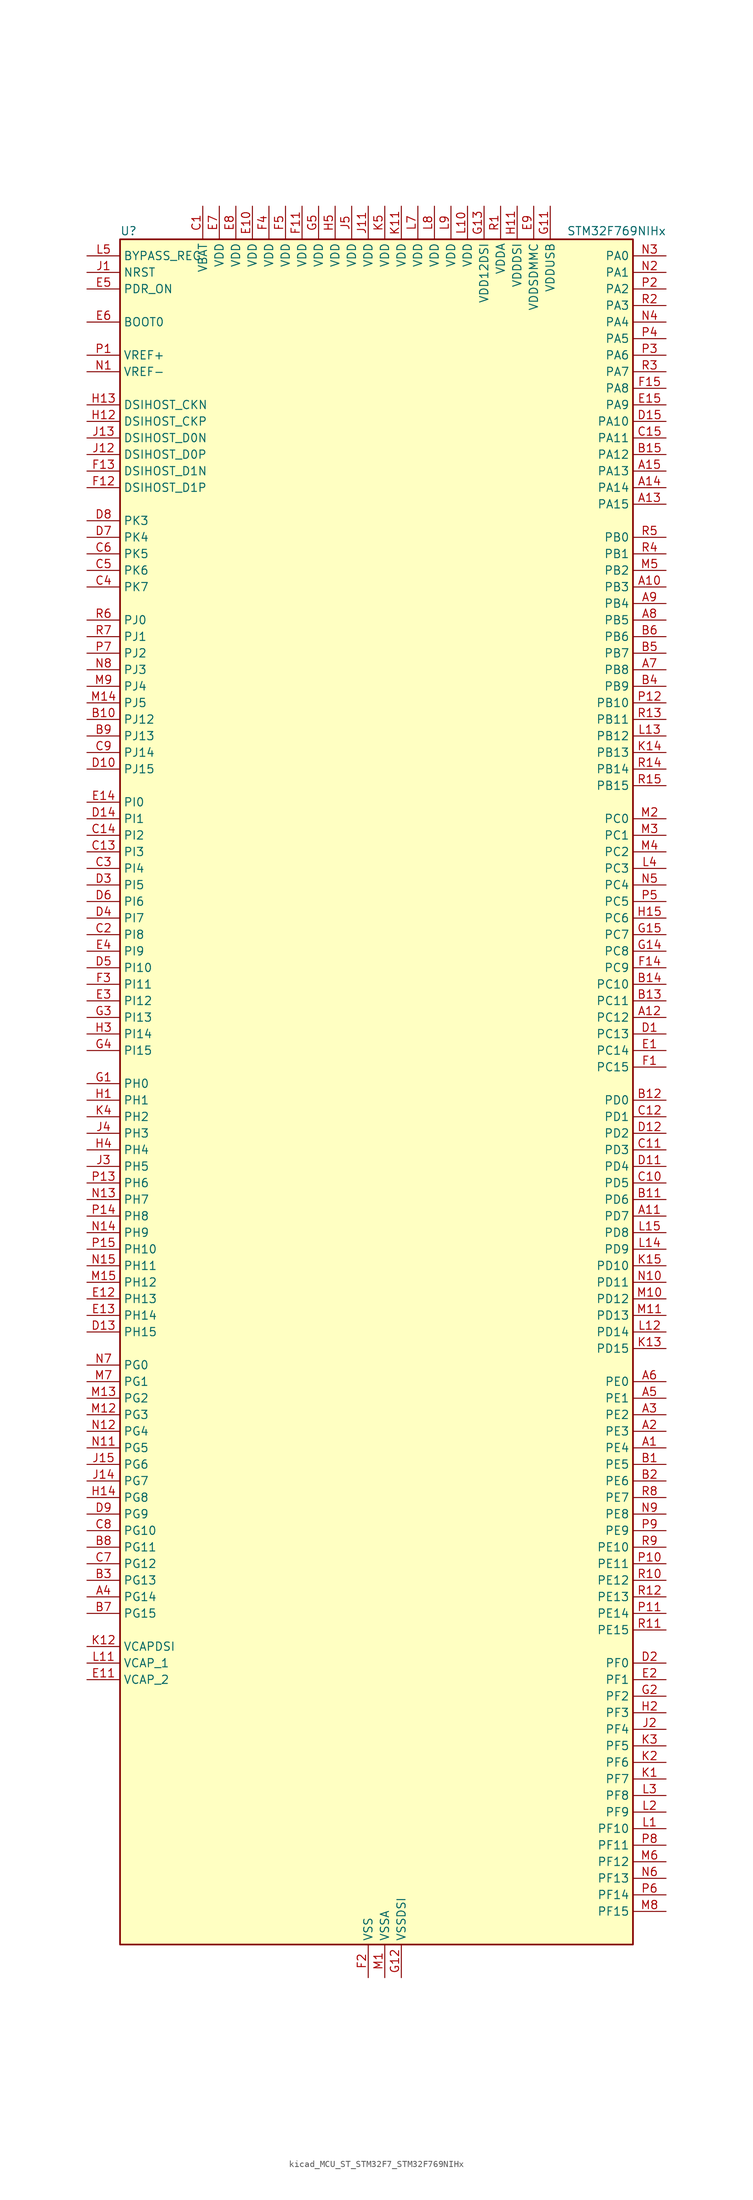
<source format=kicad_sym>
(kicad_symbol_lib
  (version 20220914)
  (generator kicad_symbol_editor)
  (symbol "kicad_MCU_ST_STM32F7_STM32F769NIHx"
    (property "Reference" "U"
      (at -38.1 133.35 0)
      (effects (font (size 1.27 1.27)) (justify left)))
    (property "Value" "STM32F769NIHx"
      (at 30.48 133.35 0)
      (effects (font (size 1.27 1.27)) (justify left)))
    (property "ki_locked" ""
      (at 0 0 0)
      (effects (font (size 1.27 1.27))))
    (symbol "kicad_MCU_ST_STM32F7_STM32F769NIHx_0_1"
      (rectangle (start -38.1 -129.54) (end 40.64 132.08) (stroke (width 0.254) (type default)) (fill (type background))))
    (symbol "kicad_MCU_ST_STM32F7_STM32F769NIHx_1_1"
      (pin bidirectional line (at 45.72 -53.34 180) (length 5.08) (name "PE4" (effects (font (size 1.27 1.27)))) (number "A1" (effects (font (size 1.27 1.27)))) (alternate "DCMI_D4" bidirectional line) (alternate "DFSDM1_DATIN3" bidirectional line) (alternate "FMC_A20" bidirectional line) (alternate "LTDC_B0" bidirectional line) (alternate "SAI1_FS_A" bidirectional line) (alternate "SPI4_NSS" bidirectional line) (alternate "SYS_TRACED1" bidirectional line))
      (pin bidirectional line (at 45.72 78.74 180) (length 5.08) (name "PB3" (effects (font (size 1.27 1.27)))) (number "A10" (effects (font (size 1.27 1.27)))) (alternate "CAN3_RX" bidirectional line) (alternate "I2S1_CK" bidirectional line) (alternate "I2S3_CK" bidirectional line) (alternate "SDMMC2_D2" bidirectional line) (alternate "SPI1_SCK" bidirectional line) (alternate "SPI3_SCK" bidirectional line) (alternate "SPI6_SCK" bidirectional line) (alternate "SYS_JTDO-SWO" bidirectional line) (alternate "TIM2_CH2" bidirectional line) (alternate "UART7_RX" bidirectional line))
      (pin bidirectional line (at 45.72 -17.78 180) (length 5.08) (name "PD7" (effects (font (size 1.27 1.27)))) (number "A11" (effects (font (size 1.27 1.27)))) (alternate "DFSDM1_CKIN1" bidirectional line) (alternate "DFSDM1_DATIN4" bidirectional line) (alternate "FMC_NE1" bidirectional line) (alternate "I2S1_SD" bidirectional line) (alternate "SDMMC2_CMD" bidirectional line) (alternate "SPDIFRX_IN0" bidirectional line) (alternate "SPI1_MOSI" bidirectional line) (alternate "USART2_CK" bidirectional line))
      (pin bidirectional line (at 45.72 12.7 180) (length 5.08) (name "PC12" (effects (font (size 1.27 1.27)))) (number "A12" (effects (font (size 1.27 1.27)))) (alternate "DCMI_D9" bidirectional line) (alternate "I2S3_SD" bidirectional line) (alternate "SDMMC1_CK" bidirectional line) (alternate "SPI3_MOSI" bidirectional line) (alternate "SYS_TRACED3" bidirectional line) (alternate "UART5_TX" bidirectional line) (alternate "USART3_CK" bidirectional line))
      (pin bidirectional line (at 45.72 91.44 180) (length 5.08) (name "PA15" (effects (font (size 1.27 1.27)))) (number "A13" (effects (font (size 1.27 1.27)))) (alternate "CAN3_TX" bidirectional line) (alternate "CEC" bidirectional line) (alternate "I2S1_WS" bidirectional line) (alternate "I2S3_WS" bidirectional line) (alternate "SPI1_NSS" bidirectional line) (alternate "SPI3_NSS" bidirectional line) (alternate "SPI6_NSS" bidirectional line) (alternate "SYS_JTDI" bidirectional line) (alternate "TIM2_CH1" bidirectional line) (alternate "TIM2_ETR" bidirectional line) (alternate "UART4_DE" bidirectional line) (alternate "UART4_RTS" bidirectional line) (alternate "UART7_TX" bidirectional line))
      (pin bidirectional line (at 45.72 93.98 180) (length 5.08) (name "PA14" (effects (font (size 1.27 1.27)))) (number "A14" (effects (font (size 1.27 1.27)))) (alternate "SYS_JTCK-SWCLK" bidirectional line))
      (pin bidirectional line (at 45.72 96.52 180) (length 5.08) (name "PA13" (effects (font (size 1.27 1.27)))) (number "A15" (effects (font (size 1.27 1.27)))) (alternate "SYS_JTMS-SWDIO" bidirectional line))
      (pin bidirectional line (at 45.72 -50.8 180) (length 5.08) (name "PE3" (effects (font (size 1.27 1.27)))) (number "A2" (effects (font (size 1.27 1.27)))) (alternate "FMC_A19" bidirectional line) (alternate "SAI1_SD_B" bidirectional line) (alternate "SYS_TRACED0" bidirectional line))
      (pin bidirectional line (at 45.72 -48.26 180) (length 5.08) (name "PE2" (effects (font (size 1.27 1.27)))) (number "A3" (effects (font (size 1.27 1.27)))) (alternate "ETH_TXD3" bidirectional line) (alternate "FMC_A23" bidirectional line) (alternate "QUADSPI_BK1_IO2" bidirectional line) (alternate "SAI1_MCLK_A" bidirectional line) (alternate "SPI4_SCK" bidirectional line) (alternate "SYS_TRACECLK" bidirectional line))
      (pin bidirectional line (at -43.18 -76.2 0) (length 5.08) (name "PG14" (effects (font (size 1.27 1.27)))) (number "A4" (effects (font (size 1.27 1.27)))) (alternate "ETH_TXD1" bidirectional line) (alternate "FMC_A25" bidirectional line) (alternate "LPTIM1_ETR" bidirectional line) (alternate "LTDC_B0" bidirectional line) (alternate "QUADSPI_BK2_IO3" bidirectional line) (alternate "SPI6_MOSI" bidirectional line) (alternate "SYS_TRACED1" bidirectional line) (alternate "USART6_TX" bidirectional line))
      (pin bidirectional line (at 45.72 -45.72 180) (length 5.08) (name "PE1" (effects (font (size 1.27 1.27)))) (number "A5" (effects (font (size 1.27 1.27)))) (alternate "DCMI_D3" bidirectional line) (alternate "FMC_NBL1" bidirectional line) (alternate "LPTIM1_IN2" bidirectional line) (alternate "UART8_TX" bidirectional line))
      (pin bidirectional line (at 45.72 -43.18 180) (length 5.08) (name "PE0" (effects (font (size 1.27 1.27)))) (number "A6" (effects (font (size 1.27 1.27)))) (alternate "DCMI_D2" bidirectional line) (alternate "FMC_NBL0" bidirectional line) (alternate "LPTIM1_ETR" bidirectional line) (alternate "SAI2_MCLK_A" bidirectional line) (alternate "TIM4_ETR" bidirectional line) (alternate "UART8_RX" bidirectional line))
      (pin bidirectional line (at 45.72 66.04 180) (length 5.08) (name "PB8" (effects (font (size 1.27 1.27)))) (number "A7" (effects (font (size 1.27 1.27)))) (alternate "CAN1_RX" bidirectional line) (alternate "DCMI_D6" bidirectional line) (alternate "DFSDM1_CKIN7" bidirectional line) (alternate "ETH_TXD3" bidirectional line) (alternate "I2C1_SCL" bidirectional line) (alternate "I2C4_SCL" bidirectional line) (alternate "LTDC_B6" bidirectional line) (alternate "SDMMC1_D4" bidirectional line) (alternate "SDMMC2_D4" bidirectional line) (alternate "TIM10_CH1" bidirectional line) (alternate "TIM4_CH3" bidirectional line) (alternate "UART5_RX" bidirectional line))
      (pin bidirectional line (at 45.72 73.66 180) (length 5.08) (name "PB5" (effects (font (size 1.27 1.27)))) (number "A8" (effects (font (size 1.27 1.27)))) (alternate "CAN2_RX" bidirectional line) (alternate "DCMI_D10" bidirectional line) (alternate "ETH_PPS_OUT" bidirectional line) (alternate "FMC_SDCKE1" bidirectional line) (alternate "I2C1_SMBA" bidirectional line) (alternate "I2S1_SD" bidirectional line) (alternate "I2S3_SD" bidirectional line) (alternate "LTDC_G7" bidirectional line) (alternate "SPI1_MOSI" bidirectional line) (alternate "SPI3_MOSI" bidirectional line) (alternate "SPI6_MOSI" bidirectional line) (alternate "TIM3_CH2" bidirectional line) (alternate "UART5_RX" bidirectional line) (alternate "USB_OTG_HS_ULPI_D7" bidirectional line))
      (pin bidirectional line (at 45.72 76.2 180) (length 5.08) (name "PB4" (effects (font (size 1.27 1.27)))) (number "A9" (effects (font (size 1.27 1.27)))) (alternate "CAN3_TX" bidirectional line) (alternate "I2S2_WS" bidirectional line) (alternate "SDMMC2_D3" bidirectional line) (alternate "SPI1_MISO" bidirectional line) (alternate "SPI2_NSS" bidirectional line) (alternate "SPI3_MISO" bidirectional line) (alternate "SPI6_MISO" bidirectional line) (alternate "SYS_JTRST" bidirectional line) (alternate "TIM3_CH1" bidirectional line) (alternate "UART7_TX" bidirectional line))
      (pin bidirectional line (at 45.72 -55.88 180) (length 5.08) (name "PE5" (effects (font (size 1.27 1.27)))) (number "B1" (effects (font (size 1.27 1.27)))) (alternate "DCMI_D6" bidirectional line) (alternate "DFSDM1_CKIN3" bidirectional line) (alternate "FMC_A21" bidirectional line) (alternate "LTDC_G0" bidirectional line) (alternate "SAI1_SCK_A" bidirectional line) (alternate "SPI4_MISO" bidirectional line) (alternate "SYS_TRACED2" bidirectional line) (alternate "TIM9_CH1" bidirectional line))
      (pin bidirectional line (at -43.18 58.42 0) (length 5.08) (name "PJ12" (effects (font (size 1.27 1.27)))) (number "B10" (effects (font (size 1.27 1.27)))) (alternate "LTDC_B0" bidirectional line) (alternate "LTDC_G3" bidirectional line))
      (pin bidirectional line (at 45.72 -15.24 180) (length 5.08) (name "PD6" (effects (font (size 1.27 1.27)))) (number "B11" (effects (font (size 1.27 1.27)))) (alternate "DCMI_D10" bidirectional line) (alternate "DFSDM1_CKIN4" bidirectional line) (alternate "DFSDM1_DATIN1" bidirectional line) (alternate "FMC_NWAIT" bidirectional line) (alternate "I2S3_SD" bidirectional line) (alternate "LTDC_B2" bidirectional line) (alternate "SAI1_SD_A" bidirectional line) (alternate "SDMMC2_CK" bidirectional line) (alternate "SPI3_MOSI" bidirectional line) (alternate "USART2_RX" bidirectional line))
      (pin bidirectional line (at 45.72 0 180) (length 5.08) (name "PD0" (effects (font (size 1.27 1.27)))) (number "B12" (effects (font (size 1.27 1.27)))) (alternate "CAN1_RX" bidirectional line) (alternate "DFSDM1_CKIN6" bidirectional line) (alternate "DFSDM1_DATIN7" bidirectional line) (alternate "FMC_D2" bidirectional line) (alternate "FMC_DA2" bidirectional line) (alternate "UART4_RX" bidirectional line))
      (pin bidirectional line (at 45.72 15.24 180) (length 5.08) (name "PC11" (effects (font (size 1.27 1.27)))) (number "B13" (effects (font (size 1.27 1.27)))) (alternate "ADC1_EXTI11" bidirectional line) (alternate "ADC2_EXTI11" bidirectional line) (alternate "ADC3_EXTI11" bidirectional line) (alternate "DCMI_D4" bidirectional line) (alternate "DFSDM1_DATIN5" bidirectional line) (alternate "QUADSPI_BK2_NCS" bidirectional line) (alternate "SDMMC1_D3" bidirectional line) (alternate "SPI3_MISO" bidirectional line) (alternate "UART4_RX" bidirectional line) (alternate "USART3_RX" bidirectional line))
      (pin bidirectional line (at 45.72 17.78 180) (length 5.08) (name "PC10" (effects (font (size 1.27 1.27)))) (number "B14" (effects (font (size 1.27 1.27)))) (alternate "DCMI_D8" bidirectional line) (alternate "DFSDM1_CKIN5" bidirectional line) (alternate "I2S3_CK" bidirectional line) (alternate "LTDC_R2" bidirectional line) (alternate "QUADSPI_BK1_IO1" bidirectional line) (alternate "SDMMC1_D2" bidirectional line) (alternate "SPI3_SCK" bidirectional line) (alternate "UART4_TX" bidirectional line) (alternate "USART3_TX" bidirectional line))
      (pin bidirectional line (at 45.72 99.06 180) (length 5.08) (name "PA12" (effects (font (size 1.27 1.27)))) (number "B15" (effects (font (size 1.27 1.27)))) (alternate "CAN1_TX" bidirectional line) (alternate "I2S2_CK" bidirectional line) (alternate "LTDC_R5" bidirectional line) (alternate "SAI2_FS_B" bidirectional line) (alternate "SPI2_SCK" bidirectional line) (alternate "TIM1_ETR" bidirectional line) (alternate "UART4_TX" bidirectional line) (alternate "USART1_DE" bidirectional line) (alternate "USART1_RTS" bidirectional line) (alternate "USB_OTG_FS_DP" bidirectional line))
      (pin bidirectional line (at 45.72 -58.42 180) (length 5.08) (name "PE6" (effects (font (size 1.27 1.27)))) (number "B2" (effects (font (size 1.27 1.27)))) (alternate "DCMI_D7" bidirectional line) (alternate "FMC_A22" bidirectional line) (alternate "LTDC_G1" bidirectional line) (alternate "SAI1_SD_A" bidirectional line) (alternate "SAI2_MCLK_B" bidirectional line) (alternate "SPI4_MOSI" bidirectional line) (alternate "SYS_TRACED3" bidirectional line) (alternate "TIM1_BKIN2" bidirectional line) (alternate "TIM9_CH2" bidirectional line))
      (pin bidirectional line (at -43.18 -73.66 0) (length 5.08) (name "PG13" (effects (font (size 1.27 1.27)))) (number "B3" (effects (font (size 1.27 1.27)))) (alternate "ETH_TXD0" bidirectional line) (alternate "FMC_A24" bidirectional line) (alternate "LPTIM1_OUT" bidirectional line) (alternate "LTDC_R0" bidirectional line) (alternate "SPI6_SCK" bidirectional line) (alternate "SYS_TRACED0" bidirectional line) (alternate "USART6_CTS" bidirectional line))
      (pin bidirectional line (at 45.72 63.5 180) (length 5.08) (name "PB9" (effects (font (size 1.27 1.27)))) (number "B4" (effects (font (size 1.27 1.27)))) (alternate "CAN1_TX" bidirectional line) (alternate "DAC_EXTI9" bidirectional line) (alternate "DCMI_D7" bidirectional line) (alternate "DFSDM1_DATIN7" bidirectional line) (alternate "I2C1_SDA" bidirectional line) (alternate "I2C4_SDA" bidirectional line) (alternate "I2C4_SMBA" bidirectional line) (alternate "I2S2_WS" bidirectional line) (alternate "LTDC_B7" bidirectional line) (alternate "SDMMC1_D5" bidirectional line) (alternate "SDMMC2_D5" bidirectional line) (alternate "SPI2_NSS" bidirectional line) (alternate "TIM11_CH1" bidirectional line) (alternate "TIM4_CH4" bidirectional line) (alternate "UART5_TX" bidirectional line))
      (pin bidirectional line (at 45.72 68.58 180) (length 5.08) (name "PB7" (effects (font (size 1.27 1.27)))) (number "B5" (effects (font (size 1.27 1.27)))) (alternate "DCMI_VSYNC" bidirectional line) (alternate "DFSDM1_CKIN5" bidirectional line) (alternate "FMC_NL" bidirectional line) (alternate "I2C1_SDA" bidirectional line) (alternate "I2C4_SDA" bidirectional line) (alternate "TIM4_CH2" bidirectional line) (alternate "USART1_RX" bidirectional line))
      (pin bidirectional line (at 45.72 71.12 180) (length 5.08) (name "PB6" (effects (font (size 1.27 1.27)))) (number "B6" (effects (font (size 1.27 1.27)))) (alternate "CAN2_TX" bidirectional line) (alternate "CEC" bidirectional line) (alternate "DCMI_D5" bidirectional line) (alternate "DFSDM1_DATIN5" bidirectional line) (alternate "FMC_SDNE1" bidirectional line) (alternate "I2C1_SCL" bidirectional line) (alternate "I2C4_SCL" bidirectional line) (alternate "QUADSPI_BK1_NCS" bidirectional line) (alternate "TIM4_CH1" bidirectional line) (alternate "UART5_TX" bidirectional line) (alternate "USART1_TX" bidirectional line))
      (pin bidirectional line (at -43.18 -78.74 0) (length 5.08) (name "PG15" (effects (font (size 1.27 1.27)))) (number "B7" (effects (font (size 1.27 1.27)))) (alternate "DCMI_D13" bidirectional line) (alternate "FMC_SDNCAS" bidirectional line) (alternate "USART6_CTS" bidirectional line))
      (pin bidirectional line (at -43.18 -68.58 0) (length 5.08) (name "PG11" (effects (font (size 1.27 1.27)))) (number "B8" (effects (font (size 1.27 1.27)))) (alternate "ADC1_EXTI11" bidirectional line) (alternate "ADC2_EXTI11" bidirectional line) (alternate "ADC3_EXTI11" bidirectional line) (alternate "DCMI_D3" bidirectional line) (alternate "ETH_TX_EN" bidirectional line) (alternate "I2S1_CK" bidirectional line) (alternate "LTDC_B3" bidirectional line) (alternate "SDMMC2_D2" bidirectional line) (alternate "SPDIFRX_IN0" bidirectional line) (alternate "SPI1_SCK" bidirectional line))
      (pin bidirectional line (at -43.18 55.88 0) (length 5.08) (name "PJ13" (effects (font (size 1.27 1.27)))) (number "B9" (effects (font (size 1.27 1.27)))) (alternate "LTDC_B1" bidirectional line) (alternate "LTDC_G4" bidirectional line))
      (pin power_in line (at -25.4 137.16 270) (length 5.08) (name "VBAT" (effects (font (size 1.27 1.27)))) (number "C1" (effects (font (size 1.27 1.27)))))
      (pin bidirectional line (at 45.72 -12.7 180) (length 5.08) (name "PD5" (effects (font (size 1.27 1.27)))) (number "C10" (effects (font (size 1.27 1.27)))) (alternate "FMC_NWE" bidirectional line) (alternate "USART2_TX" bidirectional line))
      (pin bidirectional line (at 45.72 -7.62 180) (length 5.08) (name "PD3" (effects (font (size 1.27 1.27)))) (number "C11" (effects (font (size 1.27 1.27)))) (alternate "DCMI_D5" bidirectional line) (alternate "DFSDM1_CKOUT" bidirectional line) (alternate "DFSDM1_DATIN0" bidirectional line) (alternate "FMC_CLK" bidirectional line) (alternate "I2S2_CK" bidirectional line) (alternate "LTDC_G7" bidirectional line) (alternate "SPI2_SCK" bidirectional line) (alternate "USART2_CTS" bidirectional line))
      (pin bidirectional line (at 45.72 -2.54 180) (length 5.08) (name "PD1" (effects (font (size 1.27 1.27)))) (number "C12" (effects (font (size 1.27 1.27)))) (alternate "CAN1_TX" bidirectional line) (alternate "DFSDM1_CKIN7" bidirectional line) (alternate "DFSDM1_DATIN6" bidirectional line) (alternate "FMC_D3" bidirectional line) (alternate "FMC_DA3" bidirectional line) (alternate "UART4_TX" bidirectional line))
      (pin bidirectional line (at -43.18 38.1 0) (length 5.08) (name "PI3" (effects (font (size 1.27 1.27)))) (number "C13" (effects (font (size 1.27 1.27)))) (alternate "DCMI_D10" bidirectional line) (alternate "FMC_D27" bidirectional line) (alternate "I2S2_SD" bidirectional line) (alternate "SPI2_MOSI" bidirectional line) (alternate "TIM8_ETR" bidirectional line))
      (pin bidirectional line (at -43.18 40.64 0) (length 5.08) (name "PI2" (effects (font (size 1.27 1.27)))) (number "C14" (effects (font (size 1.27 1.27)))) (alternate "DCMI_D9" bidirectional line) (alternate "FMC_D26" bidirectional line) (alternate "LTDC_G7" bidirectional line) (alternate "SPI2_MISO" bidirectional line) (alternate "TIM8_CH4" bidirectional line))
      (pin bidirectional line (at 45.72 101.6 180) (length 5.08) (name "PA11" (effects (font (size 1.27 1.27)))) (number "C15" (effects (font (size 1.27 1.27)))) (alternate "ADC1_EXTI11" bidirectional line) (alternate "ADC2_EXTI11" bidirectional line) (alternate "ADC3_EXTI11" bidirectional line) (alternate "CAN1_RX" bidirectional line) (alternate "I2S2_WS" bidirectional line) (alternate "LTDC_R4" bidirectional line) (alternate "SPI2_NSS" bidirectional line) (alternate "TIM1_CH4" bidirectional line) (alternate "UART4_RX" bidirectional line) (alternate "USART1_CTS" bidirectional line) (alternate "USB_OTG_FS_DM" bidirectional line))
      (pin bidirectional line (at -43.18 25.4 0) (length 5.08) (name "PI8" (effects (font (size 1.27 1.27)))) (number "C2" (effects (font (size 1.27 1.27)))) (alternate "RTC_TAMP2" bidirectional line) (alternate "RTC_TS" bidirectional line) (alternate "SYS_WKUP5" bidirectional line))
      (pin bidirectional line (at -43.18 35.56 0) (length 5.08) (name "PI4" (effects (font (size 1.27 1.27)))) (number "C3" (effects (font (size 1.27 1.27)))) (alternate "DCMI_D5" bidirectional line) (alternate "FMC_NBL2" bidirectional line) (alternate "LTDC_B4" bidirectional line) (alternate "SAI2_MCLK_A" bidirectional line) (alternate "TIM8_BKIN" bidirectional line))
      (pin bidirectional line (at -43.18 78.74 0) (length 5.08) (name "PK7" (effects (font (size 1.27 1.27)))) (number "C4" (effects (font (size 1.27 1.27)))) (alternate "LTDC_DE" bidirectional line))
      (pin bidirectional line (at -43.18 81.28 0) (length 5.08) (name "PK6" (effects (font (size 1.27 1.27)))) (number "C5" (effects (font (size 1.27 1.27)))) (alternate "LTDC_B7" bidirectional line))
      (pin bidirectional line (at -43.18 83.82 0) (length 5.08) (name "PK5" (effects (font (size 1.27 1.27)))) (number "C6" (effects (font (size 1.27 1.27)))) (alternate "LTDC_B6" bidirectional line))
      (pin bidirectional line (at -43.18 -71.12 0) (length 5.08) (name "PG12" (effects (font (size 1.27 1.27)))) (number "C7" (effects (font (size 1.27 1.27)))) (alternate "FMC_NE4" bidirectional line) (alternate "LPTIM1_IN1" bidirectional line) (alternate "LTDC_B1" bidirectional line) (alternate "LTDC_B4" bidirectional line) (alternate "SDMMC2_D3" bidirectional line) (alternate "SPDIFRX_IN1" bidirectional line) (alternate "SPI6_MISO" bidirectional line) (alternate "USART6_DE" bidirectional line) (alternate "USART6_RTS" bidirectional line))
      (pin bidirectional line (at -43.18 -66.04 0) (length 5.08) (name "PG10" (effects (font (size 1.27 1.27)))) (number "C8" (effects (font (size 1.27 1.27)))) (alternate "DCMI_D2" bidirectional line) (alternate "FMC_NE3" bidirectional line) (alternate "I2S1_WS" bidirectional line) (alternate "LTDC_B2" bidirectional line) (alternate "LTDC_G3" bidirectional line) (alternate "SAI2_SD_B" bidirectional line) (alternate "SDMMC2_D1" bidirectional line) (alternate "SPI1_NSS" bidirectional line))
      (pin bidirectional line (at -43.18 53.34 0) (length 5.08) (name "PJ14" (effects (font (size 1.27 1.27)))) (number "C9" (effects (font (size 1.27 1.27)))) (alternate "LTDC_B2" bidirectional line))
      (pin bidirectional line (at 45.72 10.16 180) (length 5.08) (name "PC13" (effects (font (size 1.27 1.27)))) (number "D1" (effects (font (size 1.27 1.27)))) (alternate "RTC_OUT" bidirectional line) (alternate "RTC_TAMP1" bidirectional line) (alternate "RTC_TS" bidirectional line) (alternate "SYS_WKUP4" bidirectional line))
      (pin bidirectional line (at -43.18 50.8 0) (length 5.08) (name "PJ15" (effects (font (size 1.27 1.27)))) (number "D10" (effects (font (size 1.27 1.27)))) (alternate "LTDC_B3" bidirectional line))
      (pin bidirectional line (at 45.72 -10.16 180) (length 5.08) (name "PD4" (effects (font (size 1.27 1.27)))) (number "D11" (effects (font (size 1.27 1.27)))) (alternate "DFSDM1_CKIN0" bidirectional line) (alternate "FMC_NOE" bidirectional line) (alternate "USART2_DE" bidirectional line) (alternate "USART2_RTS" bidirectional line))
      (pin bidirectional line (at 45.72 -5.08 180) (length 5.08) (name "PD2" (effects (font (size 1.27 1.27)))) (number "D12" (effects (font (size 1.27 1.27)))) (alternate "DCMI_D11" bidirectional line) (alternate "SDMMC1_CMD" bidirectional line) (alternate "SYS_TRACED2" bidirectional line) (alternate "TIM3_ETR" bidirectional line) (alternate "UART5_RX" bidirectional line))
      (pin bidirectional line (at -43.18 -35.56 0) (length 5.08) (name "PH15" (effects (font (size 1.27 1.27)))) (number "D13" (effects (font (size 1.27 1.27)))) (alternate "DCMI_D11" bidirectional line) (alternate "FMC_D23" bidirectional line) (alternate "LTDC_G4" bidirectional line) (alternate "TIM8_CH3N" bidirectional line))
      (pin bidirectional line (at -43.18 43.18 0) (length 5.08) (name "PI1" (effects (font (size 1.27 1.27)))) (number "D14" (effects (font (size 1.27 1.27)))) (alternate "DCMI_D8" bidirectional line) (alternate "FMC_D25" bidirectional line) (alternate "I2S2_CK" bidirectional line) (alternate "LTDC_G6" bidirectional line) (alternate "SPI2_SCK" bidirectional line) (alternate "TIM8_BKIN2" bidirectional line))
      (pin bidirectional line (at 45.72 104.14 180) (length 5.08) (name "PA10" (effects (font (size 1.27 1.27)))) (number "D15" (effects (font (size 1.27 1.27)))) (alternate "DCMI_D1" bidirectional line) (alternate "LTDC_B1" bidirectional line) (alternate "LTDC_B4" bidirectional line) (alternate "MDIOS_MDIO" bidirectional line) (alternate "TIM1_CH3" bidirectional line) (alternate "USART1_RX" bidirectional line) (alternate "USB_OTG_FS_ID" bidirectional line))
      (pin bidirectional line (at 45.72 -86.36 180) (length 5.08) (name "PF0" (effects (font (size 1.27 1.27)))) (number "D2" (effects (font (size 1.27 1.27)))) (alternate "FMC_A0" bidirectional line) (alternate "I2C2_SDA" bidirectional line))
      (pin bidirectional line (at -43.18 33.02 0) (length 5.08) (name "PI5" (effects (font (size 1.27 1.27)))) (number "D3" (effects (font (size 1.27 1.27)))) (alternate "DCMI_VSYNC" bidirectional line) (alternate "FMC_NBL3" bidirectional line) (alternate "LTDC_B5" bidirectional line) (alternate "SAI2_SCK_A" bidirectional line) (alternate "TIM8_CH1" bidirectional line))
      (pin bidirectional line (at -43.18 27.94 0) (length 5.08) (name "PI7" (effects (font (size 1.27 1.27)))) (number "D4" (effects (font (size 1.27 1.27)))) (alternate "DCMI_D7" bidirectional line) (alternate "FMC_D29" bidirectional line) (alternate "LTDC_B7" bidirectional line) (alternate "SAI2_FS_A" bidirectional line) (alternate "TIM8_CH3" bidirectional line))
      (pin bidirectional line (at -43.18 20.32 0) (length 5.08) (name "PI10" (effects (font (size 1.27 1.27)))) (number "D5" (effects (font (size 1.27 1.27)))) (alternate "ETH_RX_ER" bidirectional line) (alternate "FMC_D31" bidirectional line) (alternate "LTDC_HSYNC" bidirectional line))
      (pin bidirectional line (at -43.18 30.48 0) (length 5.08) (name "PI6" (effects (font (size 1.27 1.27)))) (number "D6" (effects (font (size 1.27 1.27)))) (alternate "DCMI_D6" bidirectional line) (alternate "FMC_D28" bidirectional line) (alternate "LTDC_B6" bidirectional line) (alternate "SAI2_SD_A" bidirectional line) (alternate "TIM8_CH2" bidirectional line))
      (pin bidirectional line (at -43.18 86.36 0) (length 5.08) (name "PK4" (effects (font (size 1.27 1.27)))) (number "D7" (effects (font (size 1.27 1.27)))) (alternate "LTDC_B5" bidirectional line))
      (pin bidirectional line (at -43.18 88.9 0) (length 5.08) (name "PK3" (effects (font (size 1.27 1.27)))) (number "D8" (effects (font (size 1.27 1.27)))) (alternate "LTDC_B4" bidirectional line))
      (pin bidirectional line (at -43.18 -63.5 0) (length 5.08) (name "PG9" (effects (font (size 1.27 1.27)))) (number "D9" (effects (font (size 1.27 1.27)))) (alternate "DAC_EXTI9" bidirectional line) (alternate "DCMI_VSYNC" bidirectional line) (alternate "FMC_NCE" bidirectional line) (alternate "FMC_NE2" bidirectional line) (alternate "QUADSPI_BK2_IO2" bidirectional line) (alternate "SAI2_FS_B" bidirectional line) (alternate "SDMMC2_D0" bidirectional line) (alternate "SPDIFRX_IN3" bidirectional line) (alternate "SPI1_MISO" bidirectional line) (alternate "USART6_RX" bidirectional line))
      (pin bidirectional line (at 45.72 7.62 180) (length 5.08) (name "PC14" (effects (font (size 1.27 1.27)))) (number "E1" (effects (font (size 1.27 1.27)))) (alternate "RCC_OSC32_IN" bidirectional line))
      (pin power_in line (at -17.78 137.16 270) (length 5.08) (name "VDD" (effects (font (size 1.27 1.27)))) (number "E10" (effects (font (size 1.27 1.27)))))
      (pin power_out line (at -43.18 -88.9 0) (length 5.08) (name "VCAP_2" (effects (font (size 1.27 1.27)))) (number "E11" (effects (font (size 1.27 1.27)))))
      (pin bidirectional line (at -43.18 -30.48 0) (length 5.08) (name "PH13" (effects (font (size 1.27 1.27)))) (number "E12" (effects (font (size 1.27 1.27)))) (alternate "CAN1_TX" bidirectional line) (alternate "FMC_D21" bidirectional line) (alternate "LTDC_G2" bidirectional line) (alternate "TIM8_CH1N" bidirectional line) (alternate "UART4_TX" bidirectional line))
      (pin bidirectional line (at -43.18 -33.02 0) (length 5.08) (name "PH14" (effects (font (size 1.27 1.27)))) (number "E13" (effects (font (size 1.27 1.27)))) (alternate "CAN1_RX" bidirectional line) (alternate "DCMI_D4" bidirectional line) (alternate "FMC_D22" bidirectional line) (alternate "LTDC_G3" bidirectional line) (alternate "TIM8_CH2N" bidirectional line) (alternate "UART4_RX" bidirectional line))
      (pin bidirectional line (at -43.18 45.72 0) (length 5.08) (name "PI0" (effects (font (size 1.27 1.27)))) (number "E14" (effects (font (size 1.27 1.27)))) (alternate "DCMI_D13" bidirectional line) (alternate "FMC_D24" bidirectional line) (alternate "I2S2_WS" bidirectional line) (alternate "LTDC_G5" bidirectional line) (alternate "SPI2_NSS" bidirectional line) (alternate "TIM5_CH4" bidirectional line))
      (pin bidirectional line (at 45.72 106.68 180) (length 5.08) (name "PA9" (effects (font (size 1.27 1.27)))) (number "E15" (effects (font (size 1.27 1.27)))) (alternate "DAC_EXTI9" bidirectional line) (alternate "DCMI_D0" bidirectional line) (alternate "I2C3_SMBA" bidirectional line) (alternate "I2S2_CK" bidirectional line) (alternate "LTDC_R5" bidirectional line) (alternate "SPI2_SCK" bidirectional line) (alternate "TIM1_CH2" bidirectional line) (alternate "USART1_TX" bidirectional line) (alternate "USB_OTG_FS_VBUS" bidirectional line))
      (pin bidirectional line (at 45.72 -88.9 180) (length 5.08) (name "PF1" (effects (font (size 1.27 1.27)))) (number "E2" (effects (font (size 1.27 1.27)))) (alternate "FMC_A1" bidirectional line) (alternate "I2C2_SCL" bidirectional line))
      (pin bidirectional line (at -43.18 15.24 0) (length 5.08) (name "PI12" (effects (font (size 1.27 1.27)))) (number "E3" (effects (font (size 1.27 1.27)))) (alternate "LTDC_HSYNC" bidirectional line))
      (pin bidirectional line (at -43.18 22.86 0) (length 5.08) (name "PI9" (effects (font (size 1.27 1.27)))) (number "E4" (effects (font (size 1.27 1.27)))) (alternate "CAN1_RX" bidirectional line) (alternate "DAC_EXTI9" bidirectional line) (alternate "FMC_D30" bidirectional line) (alternate "LTDC_VSYNC" bidirectional line) (alternate "UART4_RX" bidirectional line))
      (pin input line (at -43.18 124.46 0) (length 5.08) (name "PDR_ON" (effects (font (size 1.27 1.27)))) (number "E5" (effects (font (size 1.27 1.27)))))
      (pin input line (at -43.18 119.38 0) (length 5.08) (name "BOOT0" (effects (font (size 1.27 1.27)))) (number "E6" (effects (font (size 1.27 1.27)))))
      (pin power_in line (at -22.86 137.16 270) (length 5.08) (name "VDD" (effects (font (size 1.27 1.27)))) (number "E7" (effects (font (size 1.27 1.27)))))
      (pin power_in line (at -20.32 137.16 270) (length 5.08) (name "VDD" (effects (font (size 1.27 1.27)))) (number "E8" (effects (font (size 1.27 1.27)))))
      (pin power_in line (at 25.4 137.16 270) (length 5.08) (name "VDDSDMMC" (effects (font (size 1.27 1.27)))) (number "E9" (effects (font (size 1.27 1.27)))))
      (pin bidirectional line (at 45.72 5.08 180) (length 5.08) (name "PC15" (effects (font (size 1.27 1.27)))) (number "F1" (effects (font (size 1.27 1.27)))) (alternate "RCC_OSC32_OUT" bidirectional line))
      (pin passive line (at 0 -134.62 90) (length 5.08) hide (name "VSS" (effects (font (size 1.27 1.27)))) (number "F10" (effects (font (size 1.27 1.27)))))
      (pin power_in line (at -10.16 137.16 270) (length 5.08) (name "VDD" (effects (font (size 1.27 1.27)))) (number "F11" (effects (font (size 1.27 1.27)))))
      (pin bidirectional line (at -43.18 93.98 0) (length 5.08) (name "DSIHOST_D1P" (effects (font (size 1.27 1.27)))) (number "F12" (effects (font (size 1.27 1.27)))) (alternate "DSIHOST_D1P" bidirectional line))
      (pin bidirectional line (at -43.18 96.52 0) (length 5.08) (name "DSIHOST_D1N" (effects (font (size 1.27 1.27)))) (number "F13" (effects (font (size 1.27 1.27)))) (alternate "DSIHOST_D1N" bidirectional line))
      (pin bidirectional line (at 45.72 20.32 180) (length 5.08) (name "PC9" (effects (font (size 1.27 1.27)))) (number "F14" (effects (font (size 1.27 1.27)))) (alternate "DAC_EXTI9" bidirectional line) (alternate "DCMI_D3" bidirectional line) (alternate "I2C3_SDA" bidirectional line) (alternate "I2S_CKIN" bidirectional line) (alternate "LTDC_B2" bidirectional line) (alternate "LTDC_G3" bidirectional line) (alternate "QUADSPI_BK1_IO0" bidirectional line) (alternate "RCC_MCO_2" bidirectional line) (alternate "SDMMC1_D1" bidirectional line) (alternate "TIM3_CH4" bidirectional line) (alternate "TIM8_CH4" bidirectional line) (alternate "UART5_CTS" bidirectional line))
      (pin bidirectional line (at 45.72 109.22 180) (length 5.08) (name "PA8" (effects (font (size 1.27 1.27)))) (number "F15" (effects (font (size 1.27 1.27)))) (alternate "CAN3_RX" bidirectional line) (alternate "I2C3_SCL" bidirectional line) (alternate "LTDC_B3" bidirectional line) (alternate "LTDC_R6" bidirectional line) (alternate "RCC_MCO_1" bidirectional line) (alternate "TIM1_CH1" bidirectional line) (alternate "TIM8_BKIN2" bidirectional line) (alternate "UART7_RX" bidirectional line) (alternate "USART1_CK" bidirectional line) (alternate "USB_OTG_FS_SOF" bidirectional line))
      (pin power_in line (at 0 -134.62 90) (length 5.08) (name "VSS" (effects (font (size 1.27 1.27)))) (number "F2" (effects (font (size 1.27 1.27)))))
      (pin bidirectional line (at -43.18 17.78 0) (length 5.08) (name "PI11" (effects (font (size 1.27 1.27)))) (number "F3" (effects (font (size 1.27 1.27)))) (alternate "ADC1_EXTI11" bidirectional line) (alternate "ADC2_EXTI11" bidirectional line) (alternate "ADC3_EXTI11" bidirectional line) (alternate "LTDC_G6" bidirectional line) (alternate "SYS_WKUP6" bidirectional line) (alternate "USB_OTG_HS_ULPI_DIR" bidirectional line))
      (pin power_in line (at -15.24 137.16 270) (length 5.08) (name "VDD" (effects (font (size 1.27 1.27)))) (number "F4" (effects (font (size 1.27 1.27)))))
      (pin power_in line (at -12.7 137.16 270) (length 5.08) (name "VDD" (effects (font (size 1.27 1.27)))) (number "F5" (effects (font (size 1.27 1.27)))))
      (pin passive line (at 0 -134.62 90) (length 5.08) hide (name "VSS" (effects (font (size 1.27 1.27)))) (number "F6" (effects (font (size 1.27 1.27)))))
      (pin passive line (at 0 -134.62 90) (length 5.08) hide (name "VSS" (effects (font (size 1.27 1.27)))) (number "F7" (effects (font (size 1.27 1.27)))))
      (pin passive line (at 0 -134.62 90) (length 5.08) hide (name "VSS" (effects (font (size 1.27 1.27)))) (number "F8" (effects (font (size 1.27 1.27)))))
      (pin passive line (at 0 -134.62 90) (length 5.08) hide (name "VSS" (effects (font (size 1.27 1.27)))) (number "F9" (effects (font (size 1.27 1.27)))))
      (pin bidirectional line (at -43.18 2.54 0) (length 5.08) (name "PH0" (effects (font (size 1.27 1.27)))) (number "G1" (effects (font (size 1.27 1.27)))) (alternate "RCC_OSC_IN" bidirectional line))
      (pin passive line (at 0 -134.62 90) (length 5.08) hide (name "VSS" (effects (font (size 1.27 1.27)))) (number "G10" (effects (font (size 1.27 1.27)))))
      (pin power_in line (at 27.94 137.16 270) (length 5.08) (name "VDDUSB" (effects (font (size 1.27 1.27)))) (number "G11" (effects (font (size 1.27 1.27)))))
      (pin power_in line (at 5.08 -134.62 90) (length 5.08) (name "VSSDSI" (effects (font (size 1.27 1.27)))) (number "G12" (effects (font (size 1.27 1.27)))))
      (pin power_in line (at 17.78 137.16 270) (length 5.08) (name "VDD12DSI" (effects (font (size 1.27 1.27)))) (number "G13" (effects (font (size 1.27 1.27)))))
      (pin bidirectional line (at 45.72 22.86 180) (length 5.08) (name "PC8" (effects (font (size 1.27 1.27)))) (number "G14" (effects (font (size 1.27 1.27)))) (alternate "DCMI_D2" bidirectional line) (alternate "FMC_NCE" bidirectional line) (alternate "FMC_NE2" bidirectional line) (alternate "SDMMC1_D0" bidirectional line) (alternate "SYS_TRACED1" bidirectional line) (alternate "TIM3_CH3" bidirectional line) (alternate "TIM8_CH3" bidirectional line) (alternate "UART5_DE" bidirectional line) (alternate "UART5_RTS" bidirectional line) (alternate "USART6_CK" bidirectional line))
      (pin bidirectional line (at 45.72 25.4 180) (length 5.08) (name "PC7" (effects (font (size 1.27 1.27)))) (number "G15" (effects (font (size 1.27 1.27)))) (alternate "DCMI_D1" bidirectional line) (alternate "DFSDM1_DATIN3" bidirectional line) (alternate "FMC_NE1" bidirectional line) (alternate "I2S3_MCK" bidirectional line) (alternate "LTDC_G6" bidirectional line) (alternate "SDMMC1_D7" bidirectional line) (alternate "SDMMC2_D7" bidirectional line) (alternate "TIM3_CH2" bidirectional line) (alternate "TIM8_CH2" bidirectional line) (alternate "USART6_RX" bidirectional line))
      (pin bidirectional line (at 45.72 -91.44 180) (length 5.08) (name "PF2" (effects (font (size 1.27 1.27)))) (number "G2" (effects (font (size 1.27 1.27)))) (alternate "FMC_A2" bidirectional line) (alternate "I2C2_SMBA" bidirectional line))
      (pin bidirectional line (at -43.18 12.7 0) (length 5.08) (name "PI13" (effects (font (size 1.27 1.27)))) (number "G3" (effects (font (size 1.27 1.27)))) (alternate "LTDC_VSYNC" bidirectional line))
      (pin bidirectional line (at -43.18 7.62 0) (length 5.08) (name "PI15" (effects (font (size 1.27 1.27)))) (number "G4" (effects (font (size 1.27 1.27)))) (alternate "LTDC_G2" bidirectional line) (alternate "LTDC_R0" bidirectional line))
      (pin power_in line (at -7.62 137.16 270) (length 5.08) (name "VDD" (effects (font (size 1.27 1.27)))) (number "G5" (effects (font (size 1.27 1.27)))))
      (pin passive line (at 0 -134.62 90) (length 5.08) hide (name "VSS" (effects (font (size 1.27 1.27)))) (number "G6" (effects (font (size 1.27 1.27)))))
      (pin bidirectional line (at -43.18 0 0) (length 5.08) (name "PH1" (effects (font (size 1.27 1.27)))) (number "H1" (effects (font (size 1.27 1.27)))) (alternate "RCC_OSC_OUT" bidirectional line))
      (pin passive line (at 0 -134.62 90) (length 5.08) hide (name "VSS" (effects (font (size 1.27 1.27)))) (number "H10" (effects (font (size 1.27 1.27)))))
      (pin power_in line (at 22.86 137.16 270) (length 5.08) (name "VDDDSI" (effects (font (size 1.27 1.27)))) (number "H11" (effects (font (size 1.27 1.27)))))
      (pin bidirectional line (at -43.18 104.14 0) (length 5.08) (name "DSIHOST_CKP" (effects (font (size 1.27 1.27)))) (number "H12" (effects (font (size 1.27 1.27)))) (alternate "DSIHOST_CKP" bidirectional line))
      (pin bidirectional line (at -43.18 106.68 0) (length 5.08) (name "DSIHOST_CKN" (effects (font (size 1.27 1.27)))) (number "H13" (effects (font (size 1.27 1.27)))) (alternate "DSIHOST_CKN" bidirectional line))
      (pin bidirectional line (at -43.18 -60.96 0) (length 5.08) (name "PG8" (effects (font (size 1.27 1.27)))) (number "H14" (effects (font (size 1.27 1.27)))) (alternate "ETH_PPS_OUT" bidirectional line) (alternate "FMC_SDCLK" bidirectional line) (alternate "LTDC_G7" bidirectional line) (alternate "SPDIFRX_IN2" bidirectional line) (alternate "SPI6_NSS" bidirectional line) (alternate "USART6_DE" bidirectional line) (alternate "USART6_RTS" bidirectional line))
      (pin bidirectional line (at 45.72 27.94 180) (length 5.08) (name "PC6" (effects (font (size 1.27 1.27)))) (number "H15" (effects (font (size 1.27 1.27)))) (alternate "DCMI_D0" bidirectional line) (alternate "DFSDM1_CKIN3" bidirectional line) (alternate "FMC_NWAIT" bidirectional line) (alternate "I2S2_MCK" bidirectional line) (alternate "LTDC_HSYNC" bidirectional line) (alternate "SDMMC1_D6" bidirectional line) (alternate "SDMMC2_D6" bidirectional line) (alternate "TIM3_CH1" bidirectional line) (alternate "TIM8_CH1" bidirectional line) (alternate "USART6_TX" bidirectional line))
      (pin bidirectional line (at 45.72 -93.98 180) (length 5.08) (name "PF3" (effects (font (size 1.27 1.27)))) (number "H2" (effects (font (size 1.27 1.27)))) (alternate "ADC3_IN9" bidirectional line) (alternate "FMC_A3" bidirectional line))
      (pin bidirectional line (at -43.18 10.16 0) (length 5.08) (name "PI14" (effects (font (size 1.27 1.27)))) (number "H3" (effects (font (size 1.27 1.27)))) (alternate "LTDC_CLK" bidirectional line))
      (pin bidirectional line (at -43.18 -7.62 0) (length 5.08) (name "PH4" (effects (font (size 1.27 1.27)))) (number "H4" (effects (font (size 1.27 1.27)))) (alternate "I2C2_SCL" bidirectional line) (alternate "LTDC_G4" bidirectional line) (alternate "LTDC_G5" bidirectional line) (alternate "USB_OTG_HS_ULPI_NXT" bidirectional line))
      (pin power_in line (at -5.08 137.16 270) (length 5.08) (name "VDD" (effects (font (size 1.27 1.27)))) (number "H5" (effects (font (size 1.27 1.27)))))
      (pin passive line (at 0 -134.62 90) (length 5.08) hide (name "VSS" (effects (font (size 1.27 1.27)))) (number "H6" (effects (font (size 1.27 1.27)))))
      (pin input line (at -43.18 127 0) (length 5.08) (name "NRST" (effects (font (size 1.27 1.27)))) (number "J1" (effects (font (size 1.27 1.27)))))
      (pin passive line (at 0 -134.62 90) (length 5.08) hide (name "VSS" (effects (font (size 1.27 1.27)))) (number "J10" (effects (font (size 1.27 1.27)))))
      (pin power_in line (at 0 137.16 270) (length 5.08) (name "VDD" (effects (font (size 1.27 1.27)))) (number "J11" (effects (font (size 1.27 1.27)))))
      (pin bidirectional line (at -43.18 99.06 0) (length 5.08) (name "DSIHOST_D0P" (effects (font (size 1.27 1.27)))) (number "J12" (effects (font (size 1.27 1.27)))) (alternate "DSIHOST_D0P" bidirectional line))
      (pin bidirectional line (at -43.18 101.6 0) (length 5.08) (name "DSIHOST_D0N" (effects (font (size 1.27 1.27)))) (number "J13" (effects (font (size 1.27 1.27)))) (alternate "DSIHOST_D0N" bidirectional line))
      (pin bidirectional line (at -43.18 -58.42 0) (length 5.08) (name "PG7" (effects (font (size 1.27 1.27)))) (number "J14" (effects (font (size 1.27 1.27)))) (alternate "DCMI_D13" bidirectional line) (alternate "FMC_INT" bidirectional line) (alternate "LTDC_CLK" bidirectional line) (alternate "SAI1_MCLK_A" bidirectional line) (alternate "USART6_CK" bidirectional line))
      (pin bidirectional line (at -43.18 -55.88 0) (length 5.08) (name "PG6" (effects (font (size 1.27 1.27)))) (number "J15" (effects (font (size 1.27 1.27)))) (alternate "DCMI_D12" bidirectional line) (alternate "FMC_NE3" bidirectional line) (alternate "LTDC_R7" bidirectional line))
      (pin bidirectional line (at 45.72 -96.52 180) (length 5.08) (name "PF4" (effects (font (size 1.27 1.27)))) (number "J2" (effects (font (size 1.27 1.27)))) (alternate "ADC3_IN14" bidirectional line) (alternate "FMC_A4" bidirectional line))
      (pin bidirectional line (at -43.18 -10.16 0) (length 5.08) (name "PH5" (effects (font (size 1.27 1.27)))) (number "J3" (effects (font (size 1.27 1.27)))) (alternate "FMC_SDNWE" bidirectional line) (alternate "I2C2_SDA" bidirectional line) (alternate "SPI5_NSS" bidirectional line))
      (pin bidirectional line (at -43.18 -5.08 0) (length 5.08) (name "PH3" (effects (font (size 1.27 1.27)))) (number "J4" (effects (font (size 1.27 1.27)))) (alternate "ETH_COL" bidirectional line) (alternate "FMC_SDNE0" bidirectional line) (alternate "LTDC_R1" bidirectional line) (alternate "QUADSPI_BK2_IO1" bidirectional line) (alternate "SAI2_MCLK_B" bidirectional line))
      (pin power_in line (at -2.54 137.16 270) (length 5.08) (name "VDD" (effects (font (size 1.27 1.27)))) (number "J5" (effects (font (size 1.27 1.27)))))
      (pin passive line (at 0 -134.62 90) (length 5.08) hide (name "VSS" (effects (font (size 1.27 1.27)))) (number "J6" (effects (font (size 1.27 1.27)))))
      (pin bidirectional line (at 45.72 -104.14 180) (length 5.08) (name "PF7" (effects (font (size 1.27 1.27)))) (number "K1" (effects (font (size 1.27 1.27)))) (alternate "ADC3_IN5" bidirectional line) (alternate "QUADSPI_BK1_IO2" bidirectional line) (alternate "SAI1_MCLK_B" bidirectional line) (alternate "SPI5_SCK" bidirectional line) (alternate "TIM11_CH1" bidirectional line) (alternate "UART7_TX" bidirectional line))
      (pin passive line (at 0 -134.62 90) (length 5.08) hide (name "VSS" (effects (font (size 1.27 1.27)))) (number "K10" (effects (font (size 1.27 1.27)))))
      (pin power_in line (at 5.08 137.16 270) (length 5.08) (name "VDD" (effects (font (size 1.27 1.27)))) (number "K11" (effects (font (size 1.27 1.27)))))
      (pin power_out line (at -43.18 -83.82 0) (length 5.08) (name "VCAPDSI" (effects (font (size 1.27 1.27)))) (number "K12" (effects (font (size 1.27 1.27)))))
      (pin bidirectional line (at 45.72 -38.1 180) (length 5.08) (name "PD15" (effects (font (size 1.27 1.27)))) (number "K13" (effects (font (size 1.27 1.27)))) (alternate "FMC_D1" bidirectional line) (alternate "FMC_DA1" bidirectional line) (alternate "TIM4_CH4" bidirectional line) (alternate "UART8_DE" bidirectional line) (alternate "UART8_RTS" bidirectional line))
      (pin bidirectional line (at 45.72 53.34 180) (length 5.08) (name "PB13" (effects (font (size 1.27 1.27)))) (number "K14" (effects (font (size 1.27 1.27)))) (alternate "CAN2_TX" bidirectional line) (alternate "DFSDM1_CKIN1" bidirectional line) (alternate "ETH_TXD1" bidirectional line) (alternate "I2S2_CK" bidirectional line) (alternate "SPI2_SCK" bidirectional line) (alternate "TIM1_CH1N" bidirectional line) (alternate "UART5_TX" bidirectional line) (alternate "USART3_CTS" bidirectional line) (alternate "USB_OTG_HS_ULPI_D6" bidirectional line) (alternate "USB_OTG_HS_VBUS" bidirectional line))
      (pin bidirectional line (at 45.72 -25.4 180) (length 5.08) (name "PD10" (effects (font (size 1.27 1.27)))) (number "K15" (effects (font (size 1.27 1.27)))) (alternate "DFSDM1_CKOUT" bidirectional line) (alternate "FMC_D15" bidirectional line) (alternate "FMC_DA15" bidirectional line) (alternate "LTDC_B3" bidirectional line) (alternate "USART3_CK" bidirectional line))
      (pin bidirectional line (at 45.72 -101.6 180) (length 5.08) (name "PF6" (effects (font (size 1.27 1.27)))) (number "K2" (effects (font (size 1.27 1.27)))) (alternate "ADC3_IN4" bidirectional line) (alternate "QUADSPI_BK1_IO3" bidirectional line) (alternate "SAI1_SD_B" bidirectional line) (alternate "SPI5_NSS" bidirectional line) (alternate "TIM10_CH1" bidirectional line) (alternate "UART7_RX" bidirectional line))
      (pin bidirectional line (at 45.72 -99.06 180) (length 5.08) (name "PF5" (effects (font (size 1.27 1.27)))) (number "K3" (effects (font (size 1.27 1.27)))) (alternate "ADC3_IN15" bidirectional line) (alternate "FMC_A5" bidirectional line))
      (pin bidirectional line (at -43.18 -2.54 0) (length 5.08) (name "PH2" (effects (font (size 1.27 1.27)))) (number "K4" (effects (font (size 1.27 1.27)))) (alternate "ETH_CRS" bidirectional line) (alternate "FMC_SDCKE0" bidirectional line) (alternate "LPTIM1_IN2" bidirectional line) (alternate "LTDC_R0" bidirectional line) (alternate "QUADSPI_BK2_IO0" bidirectional line) (alternate "SAI2_SCK_B" bidirectional line))
      (pin power_in line (at 2.54 137.16 270) (length 5.08) (name "VDD" (effects (font (size 1.27 1.27)))) (number "K5" (effects (font (size 1.27 1.27)))))
      (pin passive line (at 0 -134.62 90) (length 5.08) hide (name "VSS" (effects (font (size 1.27 1.27)))) (number "K6" (effects (font (size 1.27 1.27)))))
      (pin passive line (at 0 -134.62 90) (length 5.08) hide (name "VSS" (effects (font (size 1.27 1.27)))) (number "K7" (effects (font (size 1.27 1.27)))))
      (pin passive line (at 0 -134.62 90) (length 5.08) hide (name "VSS" (effects (font (size 1.27 1.27)))) (number "K8" (effects (font (size 1.27 1.27)))))
      (pin passive line (at 0 -134.62 90) (length 5.08) hide (name "VSS" (effects (font (size 1.27 1.27)))) (number "K9" (effects (font (size 1.27 1.27)))))
      (pin bidirectional line (at 45.72 -111.76 180) (length 5.08) (name "PF10" (effects (font (size 1.27 1.27)))) (number "L1" (effects (font (size 1.27 1.27)))) (alternate "ADC3_IN8" bidirectional line) (alternate "DCMI_D11" bidirectional line) (alternate "LTDC_DE" bidirectional line) (alternate "QUADSPI_CLK" bidirectional line))
      (pin power_in line (at 15.24 137.16 270) (length 5.08) (name "VDD" (effects (font (size 1.27 1.27)))) (number "L10" (effects (font (size 1.27 1.27)))))
      (pin power_out line (at -43.18 -86.36 0) (length 5.08) (name "VCAP_1" (effects (font (size 1.27 1.27)))) (number "L11" (effects (font (size 1.27 1.27)))))
      (pin bidirectional line (at 45.72 -35.56 180) (length 5.08) (name "PD14" (effects (font (size 1.27 1.27)))) (number "L12" (effects (font (size 1.27 1.27)))) (alternate "FMC_D0" bidirectional line) (alternate "FMC_DA0" bidirectional line) (alternate "TIM4_CH3" bidirectional line) (alternate "UART8_CTS" bidirectional line))
      (pin bidirectional line (at 45.72 55.88 180) (length 5.08) (name "PB12" (effects (font (size 1.27 1.27)))) (number "L13" (effects (font (size 1.27 1.27)))) (alternate "CAN2_RX" bidirectional line) (alternate "DFSDM1_DATIN1" bidirectional line) (alternate "ETH_TXD0" bidirectional line) (alternate "I2C2_SMBA" bidirectional line) (alternate "I2S2_WS" bidirectional line) (alternate "SPI2_NSS" bidirectional line) (alternate "TIM1_BKIN" bidirectional line) (alternate "UART5_RX" bidirectional line) (alternate "USART3_CK" bidirectional line) (alternate "USB_OTG_HS_ID" bidirectional line) (alternate "USB_OTG_HS_ULPI_D5" bidirectional line))
      (pin bidirectional line (at 45.72 -22.86 180) (length 5.08) (name "PD9" (effects (font (size 1.27 1.27)))) (number "L14" (effects (font (size 1.27 1.27)))) (alternate "DAC_EXTI9" bidirectional line) (alternate "DFSDM1_DATIN3" bidirectional line) (alternate "FMC_D14" bidirectional line) (alternate "FMC_DA14" bidirectional line) (alternate "USART3_RX" bidirectional line))
      (pin bidirectional line (at 45.72 -20.32 180) (length 5.08) (name "PD8" (effects (font (size 1.27 1.27)))) (number "L15" (effects (font (size 1.27 1.27)))) (alternate "DFSDM1_CKIN3" bidirectional line) (alternate "FMC_D13" bidirectional line) (alternate "FMC_DA13" bidirectional line) (alternate "SPDIFRX_IN1" bidirectional line) (alternate "USART3_TX" bidirectional line))
      (pin bidirectional line (at 45.72 -109.22 180) (length 5.08) (name "PF9" (effects (font (size 1.27 1.27)))) (number "L2" (effects (font (size 1.27 1.27)))) (alternate "ADC3_IN7" bidirectional line) (alternate "DAC_EXTI9" bidirectional line) (alternate "QUADSPI_BK1_IO1" bidirectional line) (alternate "SAI1_FS_B" bidirectional line) (alternate "SPI5_MOSI" bidirectional line) (alternate "TIM14_CH1" bidirectional line) (alternate "UART7_CTS" bidirectional line))
      (pin bidirectional line (at 45.72 -106.68 180) (length 5.08) (name "PF8" (effects (font (size 1.27 1.27)))) (number "L3" (effects (font (size 1.27 1.27)))) (alternate "ADC3_IN6" bidirectional line) (alternate "QUADSPI_BK1_IO0" bidirectional line) (alternate "SAI1_SCK_B" bidirectional line) (alternate "SPI5_MISO" bidirectional line) (alternate "TIM13_CH1" bidirectional line) (alternate "UART7_DE" bidirectional line) (alternate "UART7_RTS" bidirectional line))
      (pin bidirectional line (at 45.72 35.56 180) (length 5.08) (name "PC3" (effects (font (size 1.27 1.27)))) (number "L4" (effects (font (size 1.27 1.27)))) (alternate "ADC1_IN13" bidirectional line) (alternate "ADC2_IN13" bidirectional line) (alternate "ADC3_IN13" bidirectional line) (alternate "DFSDM1_DATIN1" bidirectional line) (alternate "ETH_TX_CLK" bidirectional line) (alternate "FMC_SDCKE0" bidirectional line) (alternate "I2S2_SD" bidirectional line) (alternate "SPI2_MOSI" bidirectional line) (alternate "USB_OTG_HS_ULPI_NXT" bidirectional line))
      (pin input line (at -43.18 129.54 0) (length 5.08) (name "BYPASS_REG" (effects (font (size 1.27 1.27)))) (number "L5" (effects (font (size 1.27 1.27)))))
      (pin passive line (at 0 -134.62 90) (length 5.08) hide (name "VSS" (effects (font (size 1.27 1.27)))) (number "L6" (effects (font (size 1.27 1.27)))))
      (pin power_in line (at 7.62 137.16 270) (length 5.08) (name "VDD" (effects (font (size 1.27 1.27)))) (number "L7" (effects (font (size 1.27 1.27)))))
      (pin power_in line (at 10.16 137.16 270) (length 5.08) (name "VDD" (effects (font (size 1.27 1.27)))) (number "L8" (effects (font (size 1.27 1.27)))))
      (pin power_in line (at 12.7 137.16 270) (length 5.08) (name "VDD" (effects (font (size 1.27 1.27)))) (number "L9" (effects (font (size 1.27 1.27)))))
      (pin power_in line (at 2.54 -134.62 90) (length 5.08) (name "VSSA" (effects (font (size 1.27 1.27)))) (number "M1" (effects (font (size 1.27 1.27)))))
      (pin bidirectional line (at 45.72 -30.48 180) (length 5.08) (name "PD12" (effects (font (size 1.27 1.27)))) (number "M10" (effects (font (size 1.27 1.27)))) (alternate "FMC_A17" bidirectional line) (alternate "FMC_ALE" bidirectional line) (alternate "I2C4_SCL" bidirectional line) (alternate "LPTIM1_IN1" bidirectional line) (alternate "QUADSPI_BK1_IO1" bidirectional line) (alternate "SAI2_FS_A" bidirectional line) (alternate "TIM4_CH1" bidirectional line) (alternate "USART3_DE" bidirectional line) (alternate "USART3_RTS" bidirectional line))
      (pin bidirectional line (at 45.72 -33.02 180) (length 5.08) (name "PD13" (effects (font (size 1.27 1.27)))) (number "M11" (effects (font (size 1.27 1.27)))) (alternate "FMC_A18" bidirectional line) (alternate "I2C4_SDA" bidirectional line) (alternate "LPTIM1_OUT" bidirectional line) (alternate "QUADSPI_BK1_IO3" bidirectional line) (alternate "SAI2_SCK_A" bidirectional line) (alternate "TIM4_CH2" bidirectional line))
      (pin bidirectional line (at -43.18 -48.26 0) (length 5.08) (name "PG3" (effects (font (size 1.27 1.27)))) (number "M12" (effects (font (size 1.27 1.27)))) (alternate "FMC_A13" bidirectional line))
      (pin bidirectional line (at -43.18 -45.72 0) (length 5.08) (name "PG2" (effects (font (size 1.27 1.27)))) (number "M13" (effects (font (size 1.27 1.27)))) (alternate "FMC_A12" bidirectional line))
      (pin bidirectional line (at -43.18 60.96 0) (length 5.08) (name "PJ5" (effects (font (size 1.27 1.27)))) (number "M14" (effects (font (size 1.27 1.27)))) (alternate "LTDC_R6" bidirectional line))
      (pin bidirectional line (at -43.18 -27.94 0) (length 5.08) (name "PH12" (effects (font (size 1.27 1.27)))) (number "M15" (effects (font (size 1.27 1.27)))) (alternate "DCMI_D3" bidirectional line) (alternate "FMC_D20" bidirectional line) (alternate "I2C4_SDA" bidirectional line) (alternate "LTDC_R6" bidirectional line) (alternate "TIM5_CH3" bidirectional line))
      (pin bidirectional line (at 45.72 43.18 180) (length 5.08) (name "PC0" (effects (font (size 1.27 1.27)))) (number "M2" (effects (font (size 1.27 1.27)))) (alternate "ADC1_IN10" bidirectional line) (alternate "ADC2_IN10" bidirectional line) (alternate "ADC3_IN10" bidirectional line) (alternate "DFSDM1_CKIN0" bidirectional line) (alternate "DFSDM1_DATIN4" bidirectional line) (alternate "FMC_SDNWE" bidirectional line) (alternate "LTDC_R5" bidirectional line) (alternate "SAI2_FS_B" bidirectional line) (alternate "USB_OTG_HS_ULPI_STP" bidirectional line))
      (pin bidirectional line (at 45.72 40.64 180) (length 5.08) (name "PC1" (effects (font (size 1.27 1.27)))) (number "M3" (effects (font (size 1.27 1.27)))) (alternate "ADC1_IN11" bidirectional line) (alternate "ADC2_IN11" bidirectional line) (alternate "ADC3_IN11" bidirectional line) (alternate "DFSDM1_CKIN4" bidirectional line) (alternate "DFSDM1_DATIN0" bidirectional line) (alternate "ETH_MDC" bidirectional line) (alternate "I2S2_SD" bidirectional line) (alternate "MDIOS_MDC" bidirectional line) (alternate "RTC_TAMP3" bidirectional line) (alternate "RTC_TS" bidirectional line) (alternate "SAI1_SD_A" bidirectional line) (alternate "SPI2_MOSI" bidirectional line) (alternate "SYS_TRACED0" bidirectional line) (alternate "SYS_WKUP3" bidirectional line))
      (pin bidirectional line (at 45.72 38.1 180) (length 5.08) (name "PC2" (effects (font (size 1.27 1.27)))) (number "M4" (effects (font (size 1.27 1.27)))) (alternate "ADC1_IN12" bidirectional line) (alternate "ADC2_IN12" bidirectional line) (alternate "ADC3_IN12" bidirectional line) (alternate "DFSDM1_CKIN1" bidirectional line) (alternate "DFSDM1_CKOUT" bidirectional line) (alternate "ETH_TXD2" bidirectional line) (alternate "FMC_SDNE0" bidirectional line) (alternate "SPI2_MISO" bidirectional line) (alternate "USB_OTG_HS_ULPI_DIR" bidirectional line))
      (pin bidirectional line (at 45.72 81.28 180) (length 5.08) (name "PB2" (effects (font (size 1.27 1.27)))) (number "M5" (effects (font (size 1.27 1.27)))) (alternate "DFSDM1_CKIN1" bidirectional line) (alternate "I2S3_SD" bidirectional line) (alternate "QUADSPI_CLK" bidirectional line) (alternate "SAI1_SD_A" bidirectional line) (alternate "SPI3_MOSI" bidirectional line))
      (pin bidirectional line (at 45.72 -116.84 180) (length 5.08) (name "PF12" (effects (font (size 1.27 1.27)))) (number "M6" (effects (font (size 1.27 1.27)))) (alternate "FMC_A6" bidirectional line))
      (pin bidirectional line (at -43.18 -43.18 0) (length 5.08) (name "PG1" (effects (font (size 1.27 1.27)))) (number "M7" (effects (font (size 1.27 1.27)))) (alternate "FMC_A11" bidirectional line))
      (pin bidirectional line (at 45.72 -124.46 180) (length 5.08) (name "PF15" (effects (font (size 1.27 1.27)))) (number "M8" (effects (font (size 1.27 1.27)))) (alternate "FMC_A9" bidirectional line) (alternate "I2C4_SDA" bidirectional line))
      (pin bidirectional line (at -43.18 63.5 0) (length 5.08) (name "PJ4" (effects (font (size 1.27 1.27)))) (number "M9" (effects (font (size 1.27 1.27)))) (alternate "LTDC_R5" bidirectional line))
      (pin input line (at -43.18 111.76 0) (length 5.08) (name "VREF-" (effects (font (size 1.27 1.27)))) (number "N1" (effects (font (size 1.27 1.27)))))
      (pin bidirectional line (at 45.72 -27.94 180) (length 5.08) (name "PD11" (effects (font (size 1.27 1.27)))) (number "N10" (effects (font (size 1.27 1.27)))) (alternate "ADC1_EXTI11" bidirectional line) (alternate "ADC2_EXTI11" bidirectional line) (alternate "ADC3_EXTI11" bidirectional line) (alternate "FMC_A16" bidirectional line) (alternate "FMC_CLE" bidirectional line) (alternate "I2C4_SMBA" bidirectional line) (alternate "QUADSPI_BK1_IO0" bidirectional line) (alternate "SAI2_SD_A" bidirectional line) (alternate "USART3_CTS" bidirectional line))
      (pin bidirectional line (at -43.18 -53.34 0) (length 5.08) (name "PG5" (effects (font (size 1.27 1.27)))) (number "N11" (effects (font (size 1.27 1.27)))) (alternate "FMC_A15" bidirectional line) (alternate "FMC_BA1" bidirectional line))
      (pin bidirectional line (at -43.18 -50.8 0) (length 5.08) (name "PG4" (effects (font (size 1.27 1.27)))) (number "N12" (effects (font (size 1.27 1.27)))) (alternate "FMC_A14" bidirectional line) (alternate "FMC_BA0" bidirectional line))
      (pin bidirectional line (at -43.18 -15.24 0) (length 5.08) (name "PH7" (effects (font (size 1.27 1.27)))) (number "N13" (effects (font (size 1.27 1.27)))) (alternate "DCMI_D9" bidirectional line) (alternate "ETH_RXD3" bidirectional line) (alternate "FMC_SDCKE1" bidirectional line) (alternate "I2C3_SCL" bidirectional line) (alternate "SPI5_MISO" bidirectional line))
      (pin bidirectional line (at -43.18 -20.32 0) (length 5.08) (name "PH9" (effects (font (size 1.27 1.27)))) (number "N14" (effects (font (size 1.27 1.27)))) (alternate "DAC_EXTI9" bidirectional line) (alternate "DCMI_D0" bidirectional line) (alternate "FMC_D17" bidirectional line) (alternate "I2C3_SMBA" bidirectional line) (alternate "LTDC_R3" bidirectional line) (alternate "TIM12_CH2" bidirectional line))
      (pin bidirectional line (at -43.18 -25.4 0) (length 5.08) (name "PH11" (effects (font (size 1.27 1.27)))) (number "N15" (effects (font (size 1.27 1.27)))) (alternate "ADC1_EXTI11" bidirectional line) (alternate "ADC2_EXTI11" bidirectional line) (alternate "ADC3_EXTI11" bidirectional line) (alternate "DCMI_D2" bidirectional line) (alternate "FMC_D19" bidirectional line) (alternate "I2C4_SCL" bidirectional line) (alternate "LTDC_R5" bidirectional line) (alternate "TIM5_CH2" bidirectional line))
      (pin bidirectional line (at 45.72 127 180) (length 5.08) (name "PA1" (effects (font (size 1.27 1.27)))) (number "N2" (effects (font (size 1.27 1.27)))) (alternate "ADC1_IN1" bidirectional line) (alternate "ADC2_IN1" bidirectional line) (alternate "ADC3_IN1" bidirectional line) (alternate "ETH_REF_CLK" bidirectional line) (alternate "ETH_RX_CLK" bidirectional line) (alternate "LTDC_R2" bidirectional line) (alternate "QUADSPI_BK1_IO3" bidirectional line) (alternate "SAI2_MCLK_B" bidirectional line) (alternate "TIM2_CH2" bidirectional line) (alternate "TIM5_CH2" bidirectional line) (alternate "UART4_RX" bidirectional line) (alternate "USART2_DE" bidirectional line) (alternate "USART2_RTS" bidirectional line))
      (pin bidirectional line (at 45.72 129.54 180) (length 5.08) (name "PA0" (effects (font (size 1.27 1.27)))) (number "N3" (effects (font (size 1.27 1.27)))) (alternate "ADC1_IN0" bidirectional line) (alternate "ADC2_IN0" bidirectional line) (alternate "ADC3_IN0" bidirectional line) (alternate "ETH_CRS" bidirectional line) (alternate "SAI2_SD_B" bidirectional line) (alternate "SYS_WKUP1" bidirectional line) (alternate "TIM2_CH1" bidirectional line) (alternate "TIM2_ETR" bidirectional line) (alternate "TIM5_CH1" bidirectional line) (alternate "TIM8_ETR" bidirectional line) (alternate "UART4_TX" bidirectional line) (alternate "USART2_CTS" bidirectional line))
      (pin bidirectional line (at 45.72 119.38 180) (length 5.08) (name "PA4" (effects (font (size 1.27 1.27)))) (number "N4" (effects (font (size 1.27 1.27)))) (alternate "ADC1_IN4" bidirectional line) (alternate "ADC2_IN4" bidirectional line) (alternate "DAC_OUT1" bidirectional line) (alternate "DCMI_HSYNC" bidirectional line) (alternate "I2S1_WS" bidirectional line) (alternate "I2S3_WS" bidirectional line) (alternate "LTDC_VSYNC" bidirectional line) (alternate "SPI1_NSS" bidirectional line) (alternate "SPI3_NSS" bidirectional line) (alternate "SPI6_NSS" bidirectional line) (alternate "USART2_CK" bidirectional line) (alternate "USB_OTG_HS_SOF" bidirectional line))
      (pin bidirectional line (at 45.72 33.02 180) (length 5.08) (name "PC4" (effects (font (size 1.27 1.27)))) (number "N5" (effects (font (size 1.27 1.27)))) (alternate "ADC1_IN14" bidirectional line) (alternate "ADC2_IN14" bidirectional line) (alternate "DFSDM1_CKIN2" bidirectional line) (alternate "ETH_RXD0" bidirectional line) (alternate "FMC_SDNE0" bidirectional line) (alternate "I2S1_MCK" bidirectional line) (alternate "SPDIFRX_IN2" bidirectional line))
      (pin bidirectional line (at 45.72 -119.38 180) (length 5.08) (name "PF13" (effects (font (size 1.27 1.27)))) (number "N6" (effects (font (size 1.27 1.27)))) (alternate "DFSDM1_DATIN6" bidirectional line) (alternate "FMC_A7" bidirectional line) (alternate "I2C4_SMBA" bidirectional line))
      (pin bidirectional line (at -43.18 -40.64 0) (length 5.08) (name "PG0" (effects (font (size 1.27 1.27)))) (number "N7" (effects (font (size 1.27 1.27)))) (alternate "FMC_A10" bidirectional line))
      (pin bidirectional line (at -43.18 66.04 0) (length 5.08) (name "PJ3" (effects (font (size 1.27 1.27)))) (number "N8" (effects (font (size 1.27 1.27)))) (alternate "LTDC_R4" bidirectional line))
      (pin bidirectional line (at 45.72 -63.5 180) (length 5.08) (name "PE8" (effects (font (size 1.27 1.27)))) (number "N9" (effects (font (size 1.27 1.27)))) (alternate "DFSDM1_CKIN2" bidirectional line) (alternate "FMC_D5" bidirectional line) (alternate "FMC_DA5" bidirectional line) (alternate "QUADSPI_BK2_IO1" bidirectional line) (alternate "TIM1_CH1N" bidirectional line) (alternate "UART7_TX" bidirectional line))
      (pin input line (at -43.18 114.3 0) (length 5.08) (name "VREF+" (effects (font (size 1.27 1.27)))) (number "P1" (effects (font (size 1.27 1.27)))))
      (pin bidirectional line (at 45.72 -71.12 180) (length 5.08) (name "PE11" (effects (font (size 1.27 1.27)))) (number "P10" (effects (font (size 1.27 1.27)))) (alternate "ADC1_EXTI11" bidirectional line) (alternate "ADC2_EXTI11" bidirectional line) (alternate "ADC3_EXTI11" bidirectional line) (alternate "DFSDM1_CKIN4" bidirectional line) (alternate "FMC_D8" bidirectional line) (alternate "FMC_DA8" bidirectional line) (alternate "LTDC_G3" bidirectional line) (alternate "SAI2_SD_B" bidirectional line) (alternate "SPI4_NSS" bidirectional line) (alternate "TIM1_CH2" bidirectional line))
      (pin bidirectional line (at 45.72 -78.74 180) (length 5.08) (name "PE14" (effects (font (size 1.27 1.27)))) (number "P11" (effects (font (size 1.27 1.27)))) (alternate "FMC_D11" bidirectional line) (alternate "FMC_DA11" bidirectional line) (alternate "LTDC_CLK" bidirectional line) (alternate "SAI2_MCLK_B" bidirectional line) (alternate "SPI4_MOSI" bidirectional line) (alternate "TIM1_CH4" bidirectional line))
      (pin bidirectional line (at 45.72 60.96 180) (length 5.08) (name "PB10" (effects (font (size 1.27 1.27)))) (number "P12" (effects (font (size 1.27 1.27)))) (alternate "DFSDM1_DATIN7" bidirectional line) (alternate "ETH_RX_ER" bidirectional line) (alternate "I2C2_SCL" bidirectional line) (alternate "I2S2_CK" bidirectional line) (alternate "LTDC_G4" bidirectional line) (alternate "QUADSPI_BK1_NCS" bidirectional line) (alternate "SPI2_SCK" bidirectional line) (alternate "TIM2_CH3" bidirectional line) (alternate "USART3_TX" bidirectional line) (alternate "USB_OTG_HS_ULPI_D3" bidirectional line))
      (pin bidirectional line (at -43.18 -12.7 0) (length 5.08) (name "PH6" (effects (font (size 1.27 1.27)))) (number "P13" (effects (font (size 1.27 1.27)))) (alternate "DCMI_D8" bidirectional line) (alternate "ETH_RXD2" bidirectional line) (alternate "FMC_SDNE1" bidirectional line) (alternate "I2C2_SMBA" bidirectional line) (alternate "SPI5_SCK" bidirectional line) (alternate "TIM12_CH1" bidirectional line))
      (pin bidirectional line (at -43.18 -17.78 0) (length 5.08) (name "PH8" (effects (font (size 1.27 1.27)))) (number "P14" (effects (font (size 1.27 1.27)))) (alternate "DCMI_HSYNC" bidirectional line) (alternate "FMC_D16" bidirectional line) (alternate "I2C3_SDA" bidirectional line) (alternate "LTDC_R2" bidirectional line))
      (pin bidirectional line (at -43.18 -22.86 0) (length 5.08) (name "PH10" (effects (font (size 1.27 1.27)))) (number "P15" (effects (font (size 1.27 1.27)))) (alternate "DCMI_D1" bidirectional line) (alternate "FMC_D18" bidirectional line) (alternate "I2C4_SMBA" bidirectional line) (alternate "LTDC_R4" bidirectional line) (alternate "TIM5_CH1" bidirectional line))
      (pin bidirectional line (at 45.72 124.46 180) (length 5.08) (name "PA2" (effects (font (size 1.27 1.27)))) (number "P2" (effects (font (size 1.27 1.27)))) (alternate "ADC1_IN2" bidirectional line) (alternate "ADC2_IN2" bidirectional line) (alternate "ADC3_IN2" bidirectional line) (alternate "ETH_MDIO" bidirectional line) (alternate "LTDC_R1" bidirectional line) (alternate "MDIOS_MDIO" bidirectional line) (alternate "SAI2_SCK_B" bidirectional line) (alternate "SYS_WKUP2" bidirectional line) (alternate "TIM2_CH3" bidirectional line) (alternate "TIM5_CH3" bidirectional line) (alternate "TIM9_CH1" bidirectional line) (alternate "USART2_TX" bidirectional line))
      (pin bidirectional line (at 45.72 114.3 180) (length 5.08) (name "PA6" (effects (font (size 1.27 1.27)))) (number "P3" (effects (font (size 1.27 1.27)))) (alternate "ADC1_IN6" bidirectional line) (alternate "ADC2_IN6" bidirectional line) (alternate "DCMI_PIXCLK" bidirectional line) (alternate "LTDC_G2" bidirectional line) (alternate "MDIOS_MDC" bidirectional line) (alternate "SPI1_MISO" bidirectional line) (alternate "SPI6_MISO" bidirectional line) (alternate "TIM13_CH1" bidirectional line) (alternate "TIM1_BKIN" bidirectional line) (alternate "TIM3_CH1" bidirectional line) (alternate "TIM8_BKIN" bidirectional line))
      (pin bidirectional line (at 45.72 116.84 180) (length 5.08) (name "PA5" (effects (font (size 1.27 1.27)))) (number "P4" (effects (font (size 1.27 1.27)))) (alternate "ADC1_IN5" bidirectional line) (alternate "ADC2_IN5" bidirectional line) (alternate "DAC_OUT2" bidirectional line) (alternate "I2S1_CK" bidirectional line) (alternate "LTDC_R4" bidirectional line) (alternate "SPI1_SCK" bidirectional line) (alternate "SPI6_SCK" bidirectional line) (alternate "TIM2_CH1" bidirectional line) (alternate "TIM2_ETR" bidirectional line) (alternate "TIM8_CH1N" bidirectional line) (alternate "USB_OTG_HS_ULPI_CK" bidirectional line))
      (pin bidirectional line (at 45.72 30.48 180) (length 5.08) (name "PC5" (effects (font (size 1.27 1.27)))) (number "P5" (effects (font (size 1.27 1.27)))) (alternate "ADC1_IN15" bidirectional line) (alternate "ADC2_IN15" bidirectional line) (alternate "DFSDM1_DATIN2" bidirectional line) (alternate "ETH_RXD1" bidirectional line) (alternate "FMC_SDCKE0" bidirectional line) (alternate "SPDIFRX_IN3" bidirectional line))
      (pin bidirectional line (at 45.72 -121.92 180) (length 5.08) (name "PF14" (effects (font (size 1.27 1.27)))) (number "P6" (effects (font (size 1.27 1.27)))) (alternate "DFSDM1_CKIN6" bidirectional line) (alternate "FMC_A8" bidirectional line) (alternate "I2C4_SCL" bidirectional line))
      (pin bidirectional line (at -43.18 68.58 0) (length 5.08) (name "PJ2" (effects (font (size 1.27 1.27)))) (number "P7" (effects (font (size 1.27 1.27)))) (alternate "DSIHOST_TE" bidirectional line) (alternate "LTDC_R3" bidirectional line))
      (pin bidirectional line (at 45.72 -114.3 180) (length 5.08) (name "PF11" (effects (font (size 1.27 1.27)))) (number "P8" (effects (font (size 1.27 1.27)))) (alternate "ADC1_EXTI11" bidirectional line) (alternate "ADC2_EXTI11" bidirectional line) (alternate "ADC3_EXTI11" bidirectional line) (alternate "DCMI_D12" bidirectional line) (alternate "FMC_SDNRAS" bidirectional line) (alternate "SAI2_SD_B" bidirectional line) (alternate "SPI5_MOSI" bidirectional line))
      (pin bidirectional line (at 45.72 -66.04 180) (length 5.08) (name "PE9" (effects (font (size 1.27 1.27)))) (number "P9" (effects (font (size 1.27 1.27)))) (alternate "DAC_EXTI9" bidirectional line) (alternate "DFSDM1_CKOUT" bidirectional line) (alternate "FMC_D6" bidirectional line) (alternate "FMC_DA6" bidirectional line) (alternate "QUADSPI_BK2_IO2" bidirectional line) (alternate "TIM1_CH1" bidirectional line) (alternate "UART7_DE" bidirectional line) (alternate "UART7_RTS" bidirectional line))
      (pin power_in line (at 20.32 137.16 270) (length 5.08) (name "VDDA" (effects (font (size 1.27 1.27)))) (number "R1" (effects (font (size 1.27 1.27)))))
      (pin bidirectional line (at 45.72 -73.66 180) (length 5.08) (name "PE12" (effects (font (size 1.27 1.27)))) (number "R10" (effects (font (size 1.27 1.27)))) (alternate "DFSDM1_DATIN5" bidirectional line) (alternate "FMC_D9" bidirectional line) (alternate "FMC_DA9" bidirectional line) (alternate "LTDC_B4" bidirectional line) (alternate "SAI2_SCK_B" bidirectional line) (alternate "SPI4_SCK" bidirectional line) (alternate "TIM1_CH3N" bidirectional line))
      (pin bidirectional line (at 45.72 -81.28 180) (length 5.08) (name "PE15" (effects (font (size 1.27 1.27)))) (number "R11" (effects (font (size 1.27 1.27)))) (alternate "FMC_D12" bidirectional line) (alternate "FMC_DA12" bidirectional line) (alternate "LTDC_R7" bidirectional line) (alternate "TIM1_BKIN" bidirectional line))
      (pin bidirectional line (at 45.72 -76.2 180) (length 5.08) (name "PE13" (effects (font (size 1.27 1.27)))) (number "R12" (effects (font (size 1.27 1.27)))) (alternate "DFSDM1_CKIN5" bidirectional line) (alternate "FMC_D10" bidirectional line) (alternate "FMC_DA10" bidirectional line) (alternate "LTDC_DE" bidirectional line) (alternate "SAI2_FS_B" bidirectional line) (alternate "SPI4_MISO" bidirectional line) (alternate "TIM1_CH3" bidirectional line))
      (pin bidirectional line (at 45.72 58.42 180) (length 5.08) (name "PB11" (effects (font (size 1.27 1.27)))) (number "R13" (effects (font (size 1.27 1.27)))) (alternate "ADC1_EXTI11" bidirectional line) (alternate "ADC2_EXTI11" bidirectional line) (alternate "ADC3_EXTI11" bidirectional line) (alternate "DFSDM1_CKIN7" bidirectional line) (alternate "DSIHOST_TE" bidirectional line) (alternate "ETH_TX_EN" bidirectional line) (alternate "I2C2_SDA" bidirectional line) (alternate "LTDC_G5" bidirectional line) (alternate "TIM2_CH4" bidirectional line) (alternate "USART3_RX" bidirectional line) (alternate "USB_OTG_HS_ULPI_D4" bidirectional line))
      (pin bidirectional line (at 45.72 50.8 180) (length 5.08) (name "PB14" (effects (font (size 1.27 1.27)))) (number "R14" (effects (font (size 1.27 1.27)))) (alternate "DFSDM1_DATIN2" bidirectional line) (alternate "SDMMC2_D0" bidirectional line) (alternate "SPI2_MISO" bidirectional line) (alternate "TIM12_CH1" bidirectional line) (alternate "TIM1_CH2N" bidirectional line) (alternate "TIM8_CH2N" bidirectional line) (alternate "UART4_DE" bidirectional line) (alternate "UART4_RTS" bidirectional line) (alternate "USART1_TX" bidirectional line) (alternate "USART3_DE" bidirectional line) (alternate "USART3_RTS" bidirectional line) (alternate "USB_OTG_HS_DM" bidirectional line))
      (pin bidirectional line (at 45.72 48.26 180) (length 5.08) (name "PB15" (effects (font (size 1.27 1.27)))) (number "R15" (effects (font (size 1.27 1.27)))) (alternate "DFSDM1_CKIN2" bidirectional line) (alternate "I2S2_SD" bidirectional line) (alternate "RTC_REFIN" bidirectional line) (alternate "SDMMC2_D1" bidirectional line) (alternate "SPI2_MOSI" bidirectional line) (alternate "TIM12_CH2" bidirectional line) (alternate "TIM1_CH3N" bidirectional line) (alternate "TIM8_CH3N" bidirectional line) (alternate "UART4_CTS" bidirectional line) (alternate "USART1_RX" bidirectional line) (alternate "USB_OTG_HS_DP" bidirectional line))
      (pin bidirectional line (at 45.72 121.92 180) (length 5.08) (name "PA3" (effects (font (size 1.27 1.27)))) (number "R2" (effects (font (size 1.27 1.27)))) (alternate "ADC1_IN3" bidirectional line) (alternate "ADC2_IN3" bidirectional line) (alternate "ADC3_IN3" bidirectional line) (alternate "ETH_COL" bidirectional line) (alternate "LTDC_B2" bidirectional line) (alternate "LTDC_B5" bidirectional line) (alternate "TIM2_CH4" bidirectional line) (alternate "TIM5_CH4" bidirectional line) (alternate "TIM9_CH2" bidirectional line) (alternate "USART2_RX" bidirectional line) (alternate "USB_OTG_HS_ULPI_D0" bidirectional line))
      (pin bidirectional line (at 45.72 111.76 180) (length 5.08) (name "PA7" (effects (font (size 1.27 1.27)))) (number "R3" (effects (font (size 1.27 1.27)))) (alternate "ADC1_IN7" bidirectional line) (alternate "ADC2_IN7" bidirectional line) (alternate "ETH_CRS_DV" bidirectional line) (alternate "ETH_RX_DV" bidirectional line) (alternate "FMC_SDNWE" bidirectional line) (alternate "I2S1_SD" bidirectional line) (alternate "SPI1_MOSI" bidirectional line) (alternate "SPI6_MOSI" bidirectional line) (alternate "TIM14_CH1" bidirectional line) (alternate "TIM1_CH1N" bidirectional line) (alternate "TIM3_CH2" bidirectional line) (alternate "TIM8_CH1N" bidirectional line))
      (pin bidirectional line (at 45.72 83.82 180) (length 5.08) (name "PB1" (effects (font (size 1.27 1.27)))) (number "R4" (effects (font (size 1.27 1.27)))) (alternate "ADC1_IN9" bidirectional line) (alternate "ADC2_IN9" bidirectional line) (alternate "DFSDM1_DATIN1" bidirectional line) (alternate "ETH_RXD3" bidirectional line) (alternate "LTDC_G0" bidirectional line) (alternate "LTDC_R6" bidirectional line) (alternate "TIM1_CH3N" bidirectional line) (alternate "TIM3_CH4" bidirectional line) (alternate "TIM8_CH3N" bidirectional line) (alternate "USB_OTG_HS_ULPI_D2" bidirectional line))
      (pin bidirectional line (at 45.72 86.36 180) (length 5.08) (name "PB0" (effects (font (size 1.27 1.27)))) (number "R5" (effects (font (size 1.27 1.27)))) (alternate "ADC1_IN8" bidirectional line) (alternate "ADC2_IN8" bidirectional line) (alternate "DFSDM1_CKOUT" bidirectional line) (alternate "ETH_RXD2" bidirectional line) (alternate "LTDC_G1" bidirectional line) (alternate "LTDC_R3" bidirectional line) (alternate "TIM1_CH2N" bidirectional line) (alternate "TIM3_CH3" bidirectional line) (alternate "TIM8_CH2N" bidirectional line) (alternate "UART4_CTS" bidirectional line) (alternate "USB_OTG_HS_ULPI_D1" bidirectional line))
      (pin bidirectional line (at -43.18 73.66 0) (length 5.08) (name "PJ0" (effects (font (size 1.27 1.27)))) (number "R6" (effects (font (size 1.27 1.27)))) (alternate "LTDC_R1" bidirectional line) (alternate "LTDC_R7" bidirectional line))
      (pin bidirectional line (at -43.18 71.12 0) (length 5.08) (name "PJ1" (effects (font (size 1.27 1.27)))) (number "R7" (effects (font (size 1.27 1.27)))) (alternate "LTDC_R2" bidirectional line))
      (pin bidirectional line (at 45.72 -60.96 180) (length 5.08) (name "PE7" (effects (font (size 1.27 1.27)))) (number "R8" (effects (font (size 1.27 1.27)))) (alternate "DFSDM1_DATIN2" bidirectional line) (alternate "FMC_D4" bidirectional line) (alternate "FMC_DA4" bidirectional line) (alternate "QUADSPI_BK2_IO0" bidirectional line) (alternate "TIM1_ETR" bidirectional line) (alternate "UART7_RX" bidirectional line))
      (pin bidirectional line (at 45.72 -68.58 180) (length 5.08) (name "PE10" (effects (font (size 1.27 1.27)))) (number "R9" (effects (font (size 1.27 1.27)))) (alternate "DFSDM1_DATIN4" bidirectional line) (alternate "FMC_D7" bidirectional line) (alternate "FMC_DA7" bidirectional line) (alternate "QUADSPI_BK2_IO3" bidirectional line) (alternate "TIM1_CH2N" bidirectional line) (alternate "UART7_CTS" bidirectional line)))))
</source>
